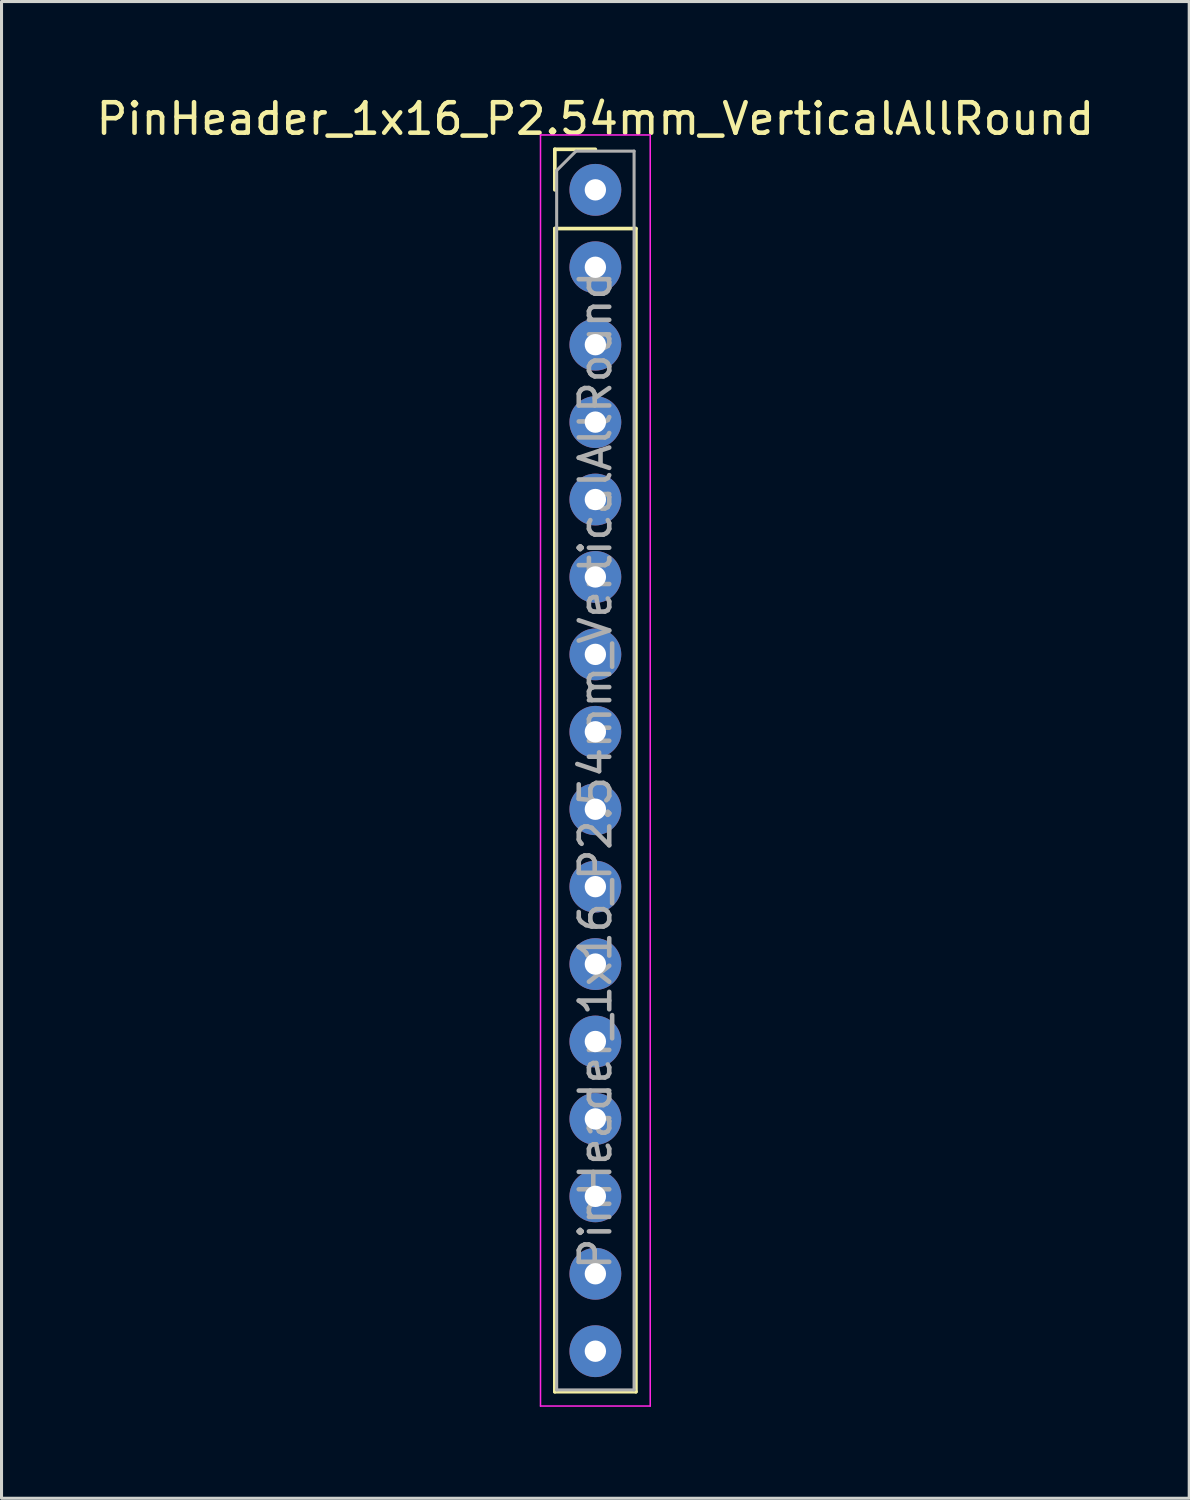
<source format=kicad_pcb>
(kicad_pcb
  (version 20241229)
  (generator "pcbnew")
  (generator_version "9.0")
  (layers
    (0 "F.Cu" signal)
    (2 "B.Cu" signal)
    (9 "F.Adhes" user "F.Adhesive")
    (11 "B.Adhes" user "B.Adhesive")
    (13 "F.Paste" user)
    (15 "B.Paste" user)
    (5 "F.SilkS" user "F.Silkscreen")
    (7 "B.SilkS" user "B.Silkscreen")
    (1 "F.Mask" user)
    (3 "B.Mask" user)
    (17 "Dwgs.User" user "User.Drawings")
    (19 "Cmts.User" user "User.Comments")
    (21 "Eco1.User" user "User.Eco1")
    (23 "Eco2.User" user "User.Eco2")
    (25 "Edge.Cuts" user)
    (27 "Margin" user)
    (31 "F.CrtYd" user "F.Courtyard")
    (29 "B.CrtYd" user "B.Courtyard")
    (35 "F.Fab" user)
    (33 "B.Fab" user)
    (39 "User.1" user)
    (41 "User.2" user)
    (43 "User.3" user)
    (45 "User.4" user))
  (footprint "PinHeader_1x16_P2.54mm_VerticalAllRound"
    (layer "F.Cu")
    (at 16.482 3.178)
    (property "Reference" "PinHeader_1x16_P2.54mm_VerticalAllRound" (at 0 -2.33 0) (layer "F.SilkS") (effects (font (size 1 1) (thickness 0.15))))
    (attr through_hole)
    (fp_line (start -1.33 -1.33) (end 0 -1.33) (stroke (width 0.12) (type solid)) (layer "F.SilkS"))
    (fp_line (start -1.33 0) (end -1.33 -1.33) (stroke (width 0.12) (type solid)) (layer "F.SilkS"))
    (fp_line (start -1.33 1.27) (end -1.33 39.43) (stroke (width 0.12) (type solid)) (layer "F.SilkS"))
    (fp_line (start -1.33 1.27) (end 1.33 1.27) (stroke (width 0.12) (type solid)) (layer "F.SilkS"))
    (fp_line (start -1.33 39.43) (end 1.33 39.43) (stroke (width 0.12) (type solid)) (layer "F.SilkS"))
    (fp_line (start 1.33 1.27) (end 1.33 39.43) (stroke (width 0.12) (type solid)) (layer "F.SilkS"))
    (fp_line (start -1.8 -1.8) (end -1.8 39.9) (stroke (width 0.05) (type solid)) (layer "F.CrtYd"))
    (fp_line (start -1.8 39.9) (end 1.8 39.9) (stroke (width 0.05) (type solid)) (layer "F.CrtYd"))
    (fp_line (start 1.8 -1.8) (end -1.8 -1.8) (stroke (width 0.05) (type solid)) (layer "F.CrtYd"))
    (fp_line (start 1.8 39.9) (end 1.8 -1.8) (stroke (width 0.05) (type solid)) (layer "F.CrtYd"))
    (fp_line (start -1.27 -0.635) (end -0.635 -1.27) (stroke (width 0.1) (type solid)) (layer "F.Fab"))
    (fp_line (start -1.27 39.37) (end -1.27 -0.635) (stroke (width 0.1) (type solid)) (layer "F.Fab"))
    (fp_line (start -0.635 -1.27) (end 1.27 -1.27) (stroke (width 0.1) (type solid)) (layer "F.Fab"))
    (fp_line (start 1.27 -1.27) (end 1.27 39.37) (stroke (width 0.1) (type solid)) (layer "F.Fab"))
    (fp_line (start 1.27 39.37) (end -1.27 39.37) (stroke (width 0.1) (type solid)) (layer "F.Fab"))
    (fp_text user "${REFERENCE}" (at 0 19.05 90) (layer "F.Fab") (effects (font (size 1 1) (thickness 0.15))))
    (pad "1" thru_hole circle (at 0 0) (size 1.7 1.7) (drill 0.7) (layers "*.Cu" "*.Mask"))
    (pad "2" thru_hole oval (at 0 2.54) (size 1.7 1.7) (drill 0.7) (layers "*.Cu" "*.Mask"))
    (pad "3" thru_hole oval (at 0 5.08) (size 1.7 1.7) (drill 0.7) (layers "*.Cu" "*.Mask"))
    (pad "4" thru_hole oval (at 0 7.62) (size 1.7 1.7) (drill 0.7) (layers "*.Cu" "*.Mask"))
    (pad "5" thru_hole oval (at 0 10.16) (size 1.7 1.7) (drill 0.7) (layers "*.Cu" "*.Mask"))
    (pad "6" thru_hole oval (at 0 12.7) (size 1.7 1.7) (drill 0.7) (layers "*.Cu" "*.Mask"))
    (pad "7" thru_hole oval (at 0 15.24) (size 1.7 1.7) (drill 0.7) (layers "*.Cu" "*.Mask"))
    (pad "8" thru_hole oval (at 0 17.78) (size 1.7 1.7) (drill 0.7) (layers "*.Cu" "*.Mask"))
    (pad "9" thru_hole oval (at 0 20.32) (size 1.7 1.7) (drill 0.7) (layers "*.Cu" "*.Mask"))
    (pad "10" thru_hole oval (at 0 22.86) (size 1.7 1.7) (drill 0.7) (layers "*.Cu" "*.Mask"))
    (pad "11" thru_hole oval (at 0 25.4) (size 1.7 1.7) (drill 0.7) (layers "*.Cu" "*.Mask"))
    (pad "12" thru_hole oval (at 0 27.94) (size 1.7 1.7) (drill 0.7) (layers "*.Cu" "*.Mask"))
    (pad "13" thru_hole oval (at 0 30.48) (size 1.7 1.7) (drill 0.7) (layers "*.Cu" "*.Mask"))
    (pad "14" thru_hole oval (at 0 33.02) (size 1.7 1.7) (drill 0.7) (layers "*.Cu" "*.Mask"))
    (pad "15" thru_hole oval (at 0 35.56) (size 1.7 1.7) (drill 0.7) (layers "*.Cu" "*.Mask"))
    (pad "16" thru_hole oval (at 0 38.1) (size 1.7 1.7) (drill 0.7) (layers "*.Cu" "*.Mask")))
  (gr_rect
    (start -3 -3)
    (end 35.964 46.103)
    (stroke (width 0.1) (type default))
    (fill no)
    (layer "Edge.Cuts")))
</source>
